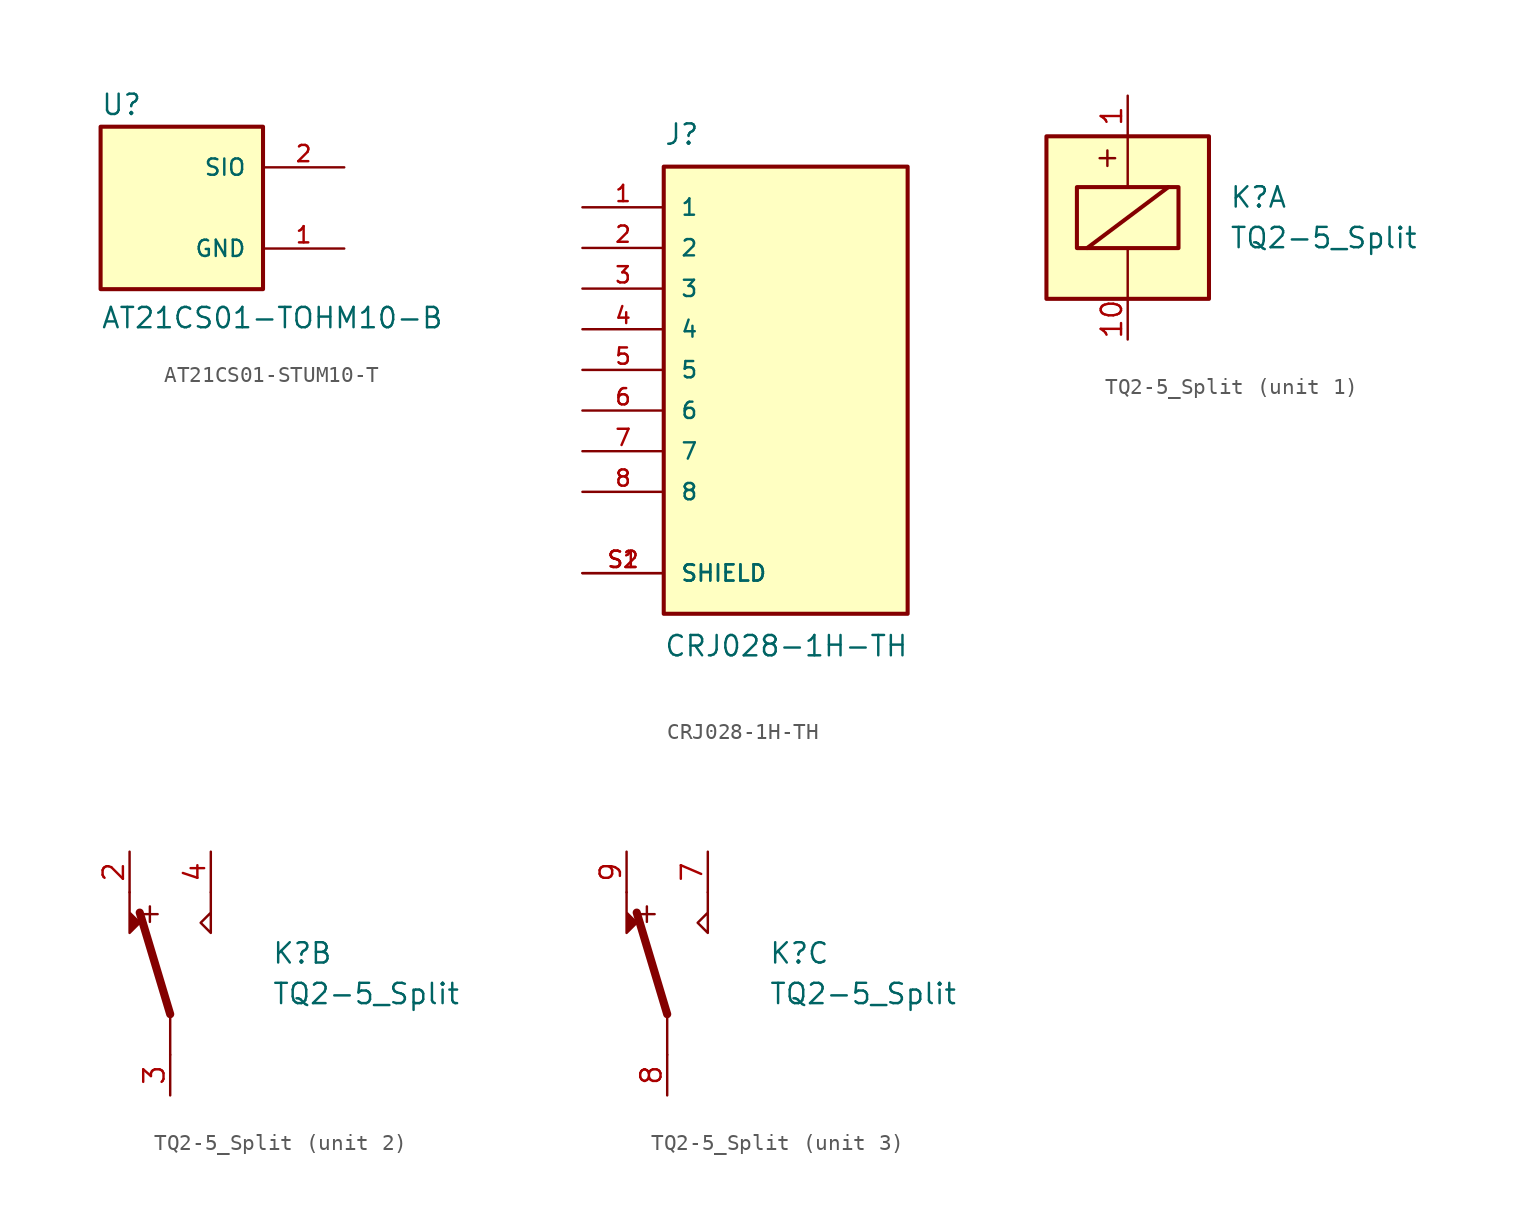
<source format=kicad_sym>
(kicad_symbol_lib
  (version 20220914)
  (generator kicad_symbol_editor)
  (symbol "AT21CS01-STUM10-T"
    (pin_names
      (offset 1.016))
    (property "Reference" "U"
      (at -5.08 5.715 0)
      (effects (font (size 1.27 1.27)) (justify left bottom)))
    (property "Value" "AT21CS01-TOHM10-B"
      (at -5.082 -7.623 0)
      (effects (font (size 1.27 1.27)) (justify left bottom)))
    (symbol "AT21CS01-STUM10-T_0_0"
      (rectangle (start -5.08 -5.08) (end 5.08 5.08) (stroke (width 0.254) (type default)) (fill (type background))))
    (symbol "AT21CS01-STUM10-T_1_0"
      (pin power_in line (at 10.16 -2.54 180) (length 5.08) (name "GND" (effects (font (size 1.016 1.016)))) (number "1" (effects (font (size 1.016 1.016)))))
      (pin bidirectional line (at 10.16 2.54 180) (length 5.08) (name "SIO" (effects (font (size 1.016 1.016)))) (number "2" (effects (font (size 1.016 1.016)))))))
  (symbol "CRJ028-1H-TH"
    (pin_names
      (offset 1.016))
    (property "Reference" "J"
      (at -7.62 13.97 0)
      (effects (font (size 1.27 1.27)) (justify left bottom)))
    (property "Value" "CRJ028-1H-TH"
      (at -7.62 -16.51 0)
      (effects (font (size 1.27 1.27)) (justify left top)))
    (symbol "CRJ028-1H-TH_0_0"
      (rectangle (start -7.62 -15.24) (end 7.62 12.7) (stroke (width 0.254) (type default)) (fill (type background)))
      (pin passive line (at -12.7 10.16 0) (length 5.08) (name "1" (effects (font (size 1.016 1.016)))) (number "1" (effects (font (size 1.016 1.016)))))
      (pin passive line (at -12.7 7.62 0) (length 5.08) (name "2" (effects (font (size 1.016 1.016)))) (number "2" (effects (font (size 1.016 1.016)))))
      (pin passive line (at -12.7 5.08 0) (length 5.08) (name "3" (effects (font (size 1.016 1.016)))) (number "3" (effects (font (size 1.016 1.016)))))
      (pin passive line (at -12.7 2.54 0) (length 5.08) (name "4" (effects (font (size 1.016 1.016)))) (number "4" (effects (font (size 1.016 1.016)))))
      (pin passive line (at -12.7 0 0) (length 5.08) (name "5" (effects (font (size 1.016 1.016)))) (number "5" (effects (font (size 1.016 1.016)))))
      (pin passive line (at -12.7 -2.54 0) (length 5.08) (name "6" (effects (font (size 1.016 1.016)))) (number "6" (effects (font (size 1.016 1.016)))))
      (pin passive line (at -12.7 -5.08 0) (length 5.08) (name "7" (effects (font (size 1.016 1.016)))) (number "7" (effects (font (size 1.016 1.016)))))
      (pin passive line (at -12.7 -7.62 0) (length 5.08) (name "8" (effects (font (size 1.016 1.016)))) (number "8" (effects (font (size 1.016 1.016)))))
      (pin passive line (at -12.7 -12.7 0) (length 5.08) (name "SHIELD" (effects (font (size 1.016 1.016)))) (number "S1" (effects (font (size 1.016 1.016)))))
      (pin passive line (at -12.7 -12.7 0) (length 5.08) (name "SHIELD" (effects (font (size 1.016 1.016)))) (number "S2" (effects (font (size 1.016 1.016)))))))
  (symbol "TQ2-5_Split"
    (property "Reference" "K"
      (at 6.35 1.27 0)
      (effects (font (size 1.27 1.27)) (justify left)))
    (property "Value" "TQ2-5_Split"
      (at 6.35 -1.27 0)
      (effects (font (size 1.27 1.27)) (justify left)))
    (property "ki_locked" ""
      (at 0 0 0)
      (effects (font (size 1.27 1.27))))
    (symbol "TQ2-5_Split_0_0"
      (text "+" (at -1.27 3.81 0) (effects (font (size 1.27 1.27)))))
    (symbol "TQ2-5_Split_1_1"
      (rectangle (start -5.08 5.08) (end 5.08 -5.08) (stroke (width 0.254) (type default)) (fill (type background)))
      (rectangle (start -3.175 1.905) (end 3.175 -1.905) (stroke (width 0.254) (type default)) (fill (type none)))
      (polyline (pts (xy -2.54 -1.905) (xy 2.54 1.905)) (stroke (width 0.254) (type default)) (fill (type none)))
      (polyline (pts (xy 0 -5.08) (xy 0 -1.905)) (stroke (width 0) (type default)) (fill (type none)))
      (polyline (pts (xy 0 5.08) (xy 0 1.905)) (stroke (width 0) (type default)) (fill (type none)))
      (pin passive line (at 0 7.62 270) (length 2.54) (name "~" (effects (font (size 1.27 1.27)))) (number "1" (effects (font (size 1.27 1.27)))))
      (pin passive line (at 0 -7.62 90) (length 2.54) (name "~" (effects (font (size 1.27 1.27)))) (number "10" (effects (font (size 1.27 1.27))))))
    (symbol "TQ2-5_Split_2_1"
      (polyline (pts (xy 0 -2.54) (xy -1.905 3.81)) (stroke (width 0.508) (type default)) (fill (type none)))
      (polyline (pts (xy 0 -2.54) (xy 0 -5.08)) (stroke (width 0) (type default)) (fill (type none)))
      (polyline (pts (xy -2.54 5.08) (xy -2.54 2.54) (xy -1.905 3.175) (xy -2.54 3.81)) (stroke (width 0) (type default)) (fill (type outline)))
      (polyline (pts (xy 2.54 5.08) (xy 2.54 2.54) (xy 1.905 3.175) (xy 2.54 3.81)) (stroke (width 0) (type default)) (fill (type none)))
      (pin passive line (at -2.54 7.62 270) (length 2.54) (name "~" (effects (font (size 1.27 1.27)))) (number "2" (effects (font (size 1.27 1.27)))))
      (pin passive line (at 0 -7.62 90) (length 2.54) (name "~" (effects (font (size 1.27 1.27)))) (number "3" (effects (font (size 1.27 1.27)))))
      (pin passive line (at 2.54 7.62 270) (length 2.54) (name "~" (effects (font (size 1.27 1.27)))) (number "4" (effects (font (size 1.27 1.27))))))
    (symbol "TQ2-5_Split_3_1"
      (polyline (pts (xy 0 -2.54) (xy -1.905 3.81)) (stroke (width 0.508) (type default)) (fill (type none)))
      (polyline (pts (xy 0 -2.54) (xy 0 -5.08)) (stroke (width 0) (type default)) (fill (type none)))
      (polyline (pts (xy -2.54 5.08) (xy -2.54 2.54) (xy -1.905 3.175) (xy -2.54 3.81)) (stroke (width 0) (type default)) (fill (type outline)))
      (polyline (pts (xy 2.54 5.08) (xy 2.54 2.54) (xy 1.905 3.175) (xy 2.54 3.81)) (stroke (width 0) (type default)) (fill (type none)))
      (pin passive line (at 2.54 7.62 270) (length 2.54) (name "~" (effects (font (size 1.27 1.27)))) (number "7" (effects (font (size 1.27 1.27)))))
      (pin passive line (at 0 -7.62 90) (length 2.54) (name "~" (effects (font (size 1.27 1.27)))) (number "8" (effects (font (size 1.27 1.27)))))
      (pin passive line (at -2.54 7.62 270) (length 2.54) (name "~" (effects (font (size 1.27 1.27)))) (number "9" (effects (font (size 1.27 1.27))))))))
</source>
